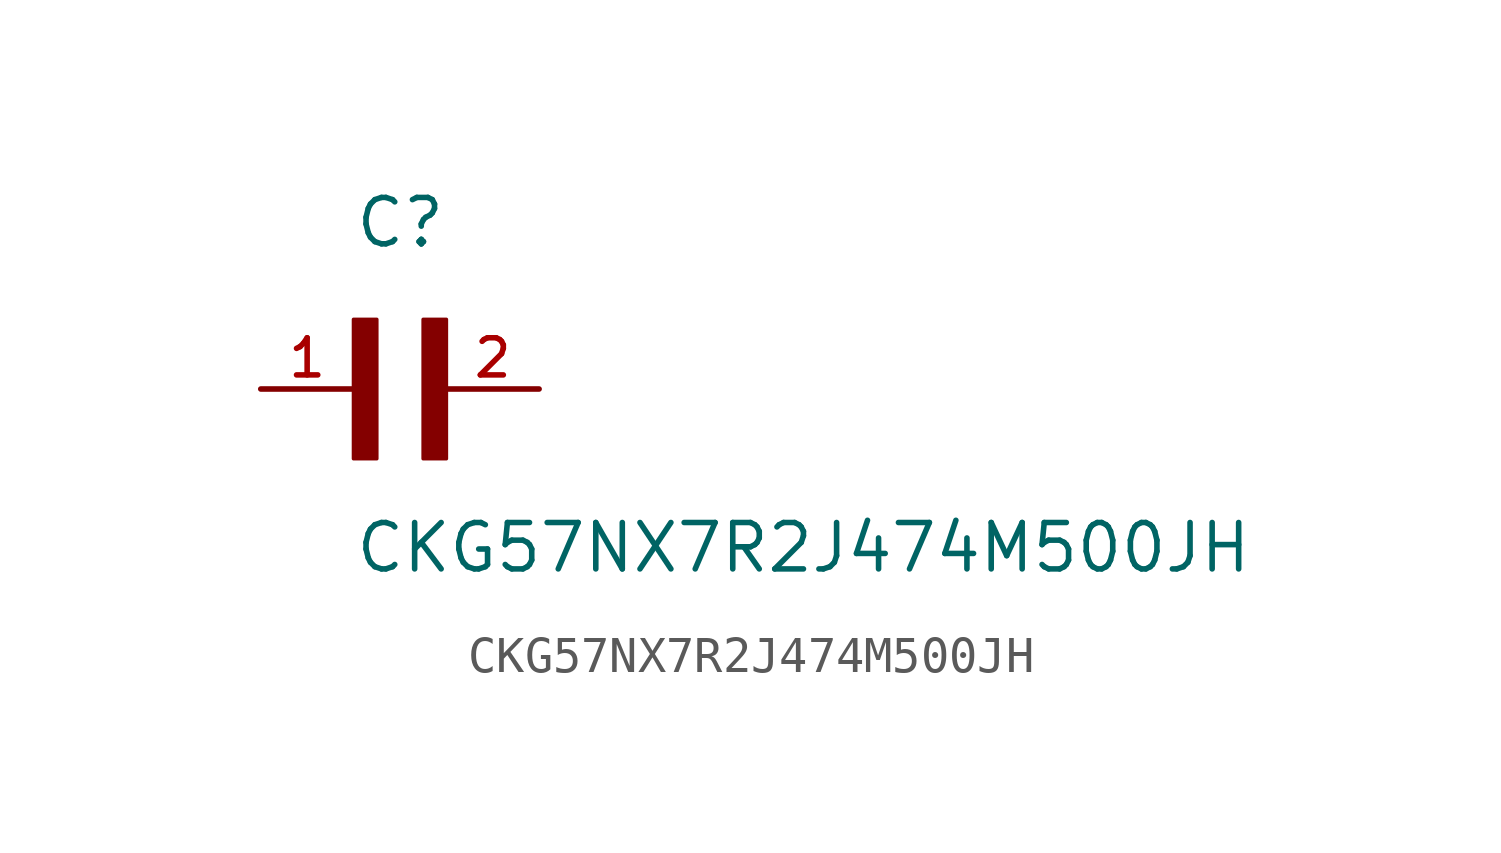
<source format=kicad_sym>
(kicad_symbol_lib
  (version 20211014)
  (generator kicad_symbol_editor)
  (symbol "CKG57NX7R2J474M500JH"
    (pin_names
      (offset 1.016))
    (property "Reference" "C"
      (at 0.0 3.811 0)
      (effects (font (size 1.27 1.27)) (justify bottom left)))
    (property "Value" "CKG57NX7R2J474M500JH"
      (at 0.0 -5.088 0)
      (effects (font (size 1.27 1.27)) (justify bottom left)))
    (symbol "CKG57NX7R2J474M500JH_0_0"
      (rectangle (start 0.0 -1.907) (end 0.635 1.905) (stroke (width 0.1)) (fill (type outline)))
      (rectangle (start 1.907 -1.907) (end 2.54 1.905) (stroke (width 0.1)) (fill (type outline)))
      (pin passive line (at 5.08 0.0 180.0) (length 2.54) (name "~" (effects (font (size 1.016 1.016)))) (number "2" (effects (font (size 1.016 1.016)))))
      (pin passive line (at -2.54 0.0 0) (length 2.54) (name "~" (effects (font (size 1.016 1.016)))) (number "1" (effects (font (size 1.016 1.016))))))))
</source>
